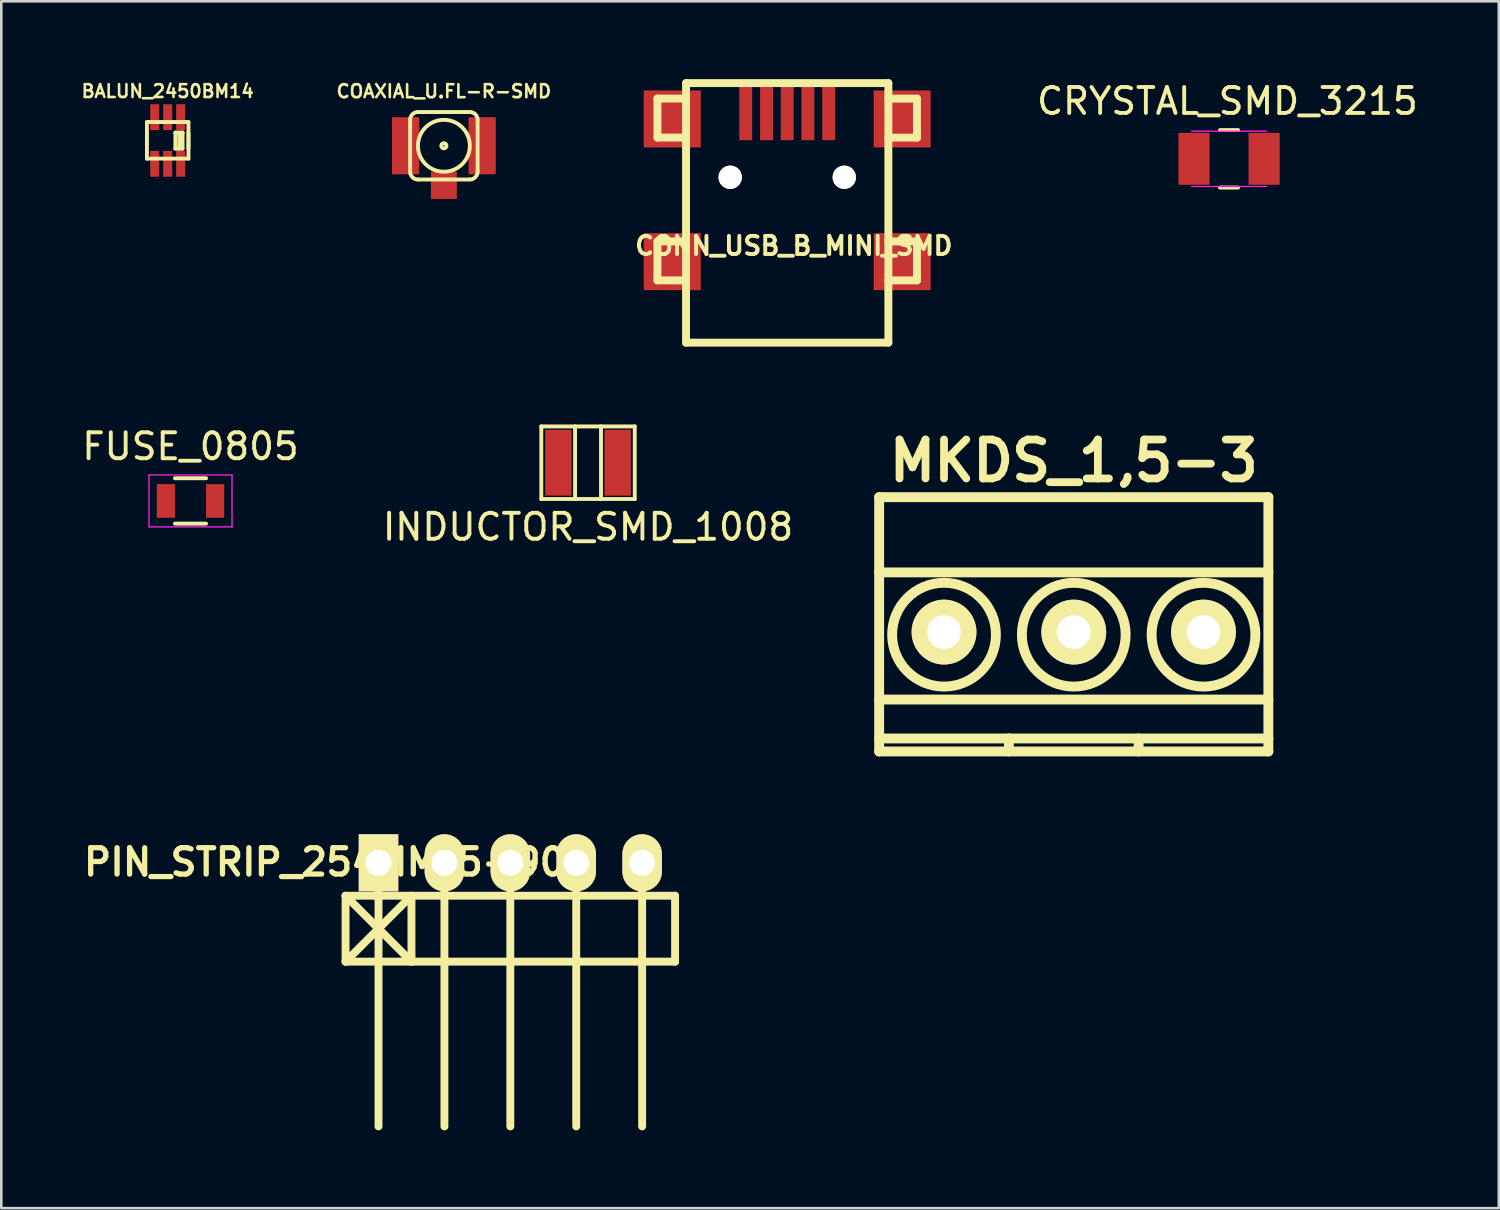
<source format=kicad_pcb>
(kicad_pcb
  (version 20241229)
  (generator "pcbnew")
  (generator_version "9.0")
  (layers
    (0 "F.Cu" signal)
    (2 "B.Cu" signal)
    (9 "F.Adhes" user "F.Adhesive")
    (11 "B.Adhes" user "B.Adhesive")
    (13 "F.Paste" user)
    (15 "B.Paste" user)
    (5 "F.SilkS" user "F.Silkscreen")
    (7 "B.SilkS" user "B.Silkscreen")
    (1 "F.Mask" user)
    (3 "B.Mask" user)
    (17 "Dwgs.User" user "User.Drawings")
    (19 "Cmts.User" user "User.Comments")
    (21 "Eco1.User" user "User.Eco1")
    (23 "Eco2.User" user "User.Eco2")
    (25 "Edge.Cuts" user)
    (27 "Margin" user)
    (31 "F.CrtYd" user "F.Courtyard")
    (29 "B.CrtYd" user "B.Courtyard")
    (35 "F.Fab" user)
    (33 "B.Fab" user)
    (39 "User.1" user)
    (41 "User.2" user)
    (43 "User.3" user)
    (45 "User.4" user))
  (footprint "CRYSTAL_SMD_3215"
    (layer "F.Cu")
    (at 44.319 3.071)
    (property "Reference" "CRYSTAL_SMD_3215" (at -0.064 -2.223 0) (layer "F.SilkS") (effects (font (size 1 1) (thickness 0.15))))
    (attr smd)
    (fp_line (start -0.35 -1.108) (end 0.35 -1.108) (stroke (width 0.15) (type solid)) (layer "F.SilkS"))
    (fp_line (start 0.35 1.108) (end -0.35 1.108) (stroke (width 0.15) (type solid)) (layer "F.SilkS"))
    (fp_line (start -1.45 -1.067) (end 1.45 -1.067) (stroke (width 0.05) (type solid)) (layer "F.CrtYd"))
    (fp_line (start -1.45 1.067) (end 1.45 1.067) (stroke (width 0.05) (type solid)) (layer "F.CrtYd"))
    (pad "1" smd rect (at -1.35 0) (size 1.2 2) (layers "F.Cu" "F.Mask" "F.Paste"))
    (pad "2" smd rect (at 1.35 0) (size 1.2 2) (layers "F.Cu" "F.Mask" "F.Paste")))
  (footprint "CONN_USB_B_MINI_SMD"
    (layer "F.Cu")
    (at 27.289 5.154)
    (property "Reference" "CONN_USB_B_MINI_SMD" (at 0.254 1.27 0) (layer "F.SilkS") (effects (font (size 0.7 0.7) (thickness 0.15))))
    (attr through_hole)
    (fp_line (start -5.001 -4.404) (end -5.001 -2.903) (stroke (width 0.305) (type solid)) (layer "F.SilkS"))
    (fp_line (start -5.001 -2.903) (end -3.899 -2.903) (stroke (width 0.305) (type solid)) (layer "F.SilkS"))
    (fp_line (start -5.001 1.1) (end -5.001 2.601) (stroke (width 0.305) (type solid)) (layer "F.SilkS"))
    (fp_line (start -5.001 2.601) (end -3.899 2.601) (stroke (width 0.305) (type solid)) (layer "F.SilkS"))
    (fp_line (start -3.899 -5.001) (end -3.899 5.001) (stroke (width 0.305) (type solid)) (layer "F.SilkS"))
    (fp_line (start -3.899 -4.404) (end -5.001 -4.404) (stroke (width 0.305) (type solid)) (layer "F.SilkS"))
    (fp_line (start -3.899 1.1) (end -5.001 1.1) (stroke (width 0.305) (type solid)) (layer "F.SilkS"))
    (fp_line (start -3.899 5.001) (end 3.899 5.001) (stroke (width 0.305) (type solid)) (layer "F.SilkS"))
    (fp_line (start 3.899 -5.001) (end -3.899 -5.001) (stroke (width 0.305) (type solid)) (layer "F.SilkS"))
    (fp_line (start 3.899 -4.402) (end 5.001 -4.402) (stroke (width 0.305) (type solid)) (layer "F.SilkS"))
    (fp_line (start 3.899 1.1) (end 5.001 1.1) (stroke (width 0.305) (type solid)) (layer "F.SilkS"))
    (fp_line (start 3.899 5.001) (end 3.899 -5.001) (stroke (width 0.305) (type solid)) (layer "F.SilkS"))
    (fp_line (start 5.001 -4.402) (end 5.001 -2.901) (stroke (width 0.305) (type solid)) (layer "F.SilkS"))
    (fp_line (start 5.001 -2.901) (end 3.899 -2.901) (stroke (width 0.305) (type solid)) (layer "F.SilkS"))
    (fp_line (start 5.001 1.1) (end 5.001 2.601) (stroke (width 0.305) (type solid)) (layer "F.SilkS"))
    (fp_line (start 5.001 2.601) (end 3.899 2.601) (stroke (width 0.305) (type solid)) (layer "F.SilkS"))
    (pad "" smd rect (at -4.43 -3.619) (size 2.197 2.197) (layers "F.Cu" "F.Mask" "F.Paste"))
    (pad "" smd rect (at -4.43 1.88) (size 2.197 2.197) (layers "F.Cu" "F.Mask" "F.Paste"))
    (pad "" np_thru_hole circle (at -2.197 -1.372) (size 0.899 0.899) (drill 0.899) (layers "*.Cu" "*.Mask" "F.SilkS"))
    (pad "" np_thru_hole circle (at 2.2 -1.372) (size 0.899 0.899) (drill 0.899) (layers "*.Cu" "*.Mask" "F.SilkS"))
    (pad "" smd rect (at 4.43 -3.619) (size 2.197 2.197) (layers "F.Cu" "F.Mask" "F.Paste"))
    (pad "" smd rect (at 4.43 1.88) (size 2.197 2.197) (layers "F.Cu" "F.Mask" "F.Paste"))
    (pad "1" smd rect (at -1.598 -3.899) (size 0.498 2.197) (layers "F.Cu" "F.Mask" "F.Paste"))
    (pad "2" smd rect (at -0.798 -3.899) (size 0.498 2.197) (layers "F.Cu" "F.Mask" "F.Paste"))
    (pad "3" smd rect (at 0 -3.899) (size 0.498 2.197) (layers "F.Cu" "F.Mask" "F.Paste"))
    (pad "4" smd rect (at 0.798 -3.899) (size 0.498 2.197) (layers "F.Cu" "F.Mask" "F.Paste"))
    (pad "5" smd rect (at 1.598 -3.899) (size 0.498 2.197) (layers "F.Cu" "F.Mask" "F.Paste")))
  (footprint "COAXIAL_U.FL-R-SMD"
    (layer "F.Cu")
    (at 14.057 2.568)
    (property "Reference" "COAXIAL_U.FL-R-SMD" (at 0 -2.1 0) (layer "F.SilkS") (effects (font (size 0.5 0.5) (thickness 0.1))))
    (attr through_hole)
    (fp_line (start -1.3 1) (end -1.3 -1) (stroke (width 0.15) (type solid)) (layer "F.SilkS"))
    (fp_line (start -1 -1.3) (end 1 -1.3) (stroke (width 0.15) (type solid)) (layer "F.SilkS"))
    (fp_line (start 1 1.3) (end -1 1.3) (stroke (width 0.15) (type solid)) (layer "F.SilkS"))
    (fp_line (start 1.3 -1) (end 1.3 1) (stroke (width 0.15) (type solid)) (layer "F.SilkS"))
    (fp_arc (start -1.3 -1) (mid -1.212132 -1.212132) (end -1 -1.3) (stroke (width 0.15) (type solid)) (layer "F.SilkS"))
    (fp_arc (start -1 1.3) (mid -1.212132 1.212132) (end -1.3 1) (stroke (width 0.15) (type solid)) (layer "F.SilkS"))
    (fp_arc (start 1 -1.3) (mid 1.212132 -1.212132) (end 1.3 -1) (stroke (width 0.15) (type solid)) (layer "F.SilkS"))
    (fp_arc (start 1.3 1) (mid 1.212132 1.212132) (end 1 1.3) (stroke (width 0.15) (type solid)) (layer "F.SilkS"))
    (fp_circle (center 0 0) (end -1 0) (stroke (width 0.15) (type solid)) (fill no) (layer "F.SilkS"))
    (fp_circle (center 0 0) (end -0.1 0) (stroke (width 0.15) (type solid)) (fill no) (layer "F.SilkS"))
    (pad "1" smd rect (at 0 1.525) (size 1 1.05) (layers "F.Cu" "F.Mask" "F.Paste"))
    (pad "2" smd rect (at -1.475 0) (size 1.05 2.2) (layers "F.Cu" "F.Mask" "F.Paste"))
    (pad "2" smd rect (at 1.475 0) (size 1.05 2.2) (layers "F.Cu" "F.Mask" "F.Paste")))
  (footprint "FUSE_0805"
    (layer "F.Cu")
    (at 4.292 16.256)
    (property "Reference" "FUSE_0805" (at 0 -2.1 0) (layer "F.SilkS") (effects (font (size 1 1) (thickness 0.15))))
    (attr through_hole)
    (fp_line (start -0.6 -0.875) (end 0.6 -0.875) (stroke (width 0.15) (type solid)) (layer "F.SilkS"))
    (fp_line (start 0.6 0.875) (end -0.6 0.875) (stroke (width 0.15) (type solid)) (layer "F.SilkS"))
    (fp_line (start -1.6 -1) (end -1.6 1) (stroke (width 0.05) (type solid)) (layer "F.CrtYd"))
    (fp_line (start -1.6 -1) (end 1.6 -1) (stroke (width 0.05) (type solid)) (layer "F.CrtYd"))
    (fp_line (start -1.6 1) (end 1.6 1) (stroke (width 0.05) (type solid)) (layer "F.CrtYd"))
    (fp_line (start 1.6 -1) (end 1.6 1) (stroke (width 0.05) (type solid)) (layer "F.CrtYd"))
    (pad "1" smd rect (at -0.95 0) (size 0.7 1.3) (layers "F.Cu" "F.Mask" "F.Paste"))
    (pad "2" smd rect (at 0.95 0) (size 0.7 1.3) (layers "F.Cu" "F.Mask" "F.Paste")))
  (footprint "BALUN_2450BM14"
    (layer "F.Cu")
    (at 3.413 2.364)
    (property "Reference" "BALUN_2450BM14" (at 0 -1.9 0) (layer "F.SilkS") (effects (font (size 0.495 0.495) (thickness 0.099))))
    (attr smd)
    (fp_line (start -0.8 -0.711) (end 0.8 -0.711) (stroke (width 0.15) (type solid)) (layer "F.SilkS"))
    (fp_line (start -0.8 0.699) (end 0.8 0.699) (stroke (width 0.15) (type solid)) (layer "F.SilkS"))
    (fp_line (start -0.8 -0.701) (end -0.8 0.701) (stroke (width 0.15) (type solid)) (layer "F.SilkS"))
    (fp_line (start 0.292 -0.305) (end 0.572 -0.305) (stroke (width 0.15) (type solid)) (layer "F.SilkS"))
    (fp_line (start 0.292 0.318) (end 0.572 0.318) (stroke (width 0.15) (type solid)) (layer "F.SilkS"))
    (fp_line (start 0.297 -0.3) (end 0.297 0.3) (stroke (width 0.15) (type solid)) (layer "F.SilkS"))
    (fp_line (start 0.447 0.3) (end 0.447 -0.3) (stroke (width 0.15) (type solid)) (layer "F.SilkS"))
    (fp_line (start 0.572 -0.305) (end 0.457 -0.254) (stroke (width 0.15) (type solid)) (layer "F.SilkS"))
    (fp_line (start 0.574 0.3) (end 0.574 -0.3) (stroke (width 0.15) (type solid)) (layer "F.SilkS"))
    (fp_line (start 0.8 0.701) (end 0.8 -0.701) (stroke (width 0.15) (type solid)) (layer "F.SilkS"))
    (fp_line (start 0.8 -0.3) (end 0.8 0.3) (stroke (width 0.15) (type solid)) (layer "F.SilkS"))
    (pad "1" smd rect (at 0.5 -0.899) (size 0.348 0.996) (layers "F.Cu" "F.Mask" "F.Paste"))
    (pad "2" smd rect (at 0 -0.899) (size 0.348 0.996) (layers "F.Cu" "F.Mask" "F.Paste"))
    (pad "3" smd rect (at -0.5 -0.899) (size 0.348 0.996) (layers "F.Cu" "F.Mask" "F.Paste"))
    (pad "4" smd rect (at -0.5 0.899) (size 0.348 0.996) (layers "F.Cu" "F.Mask" "F.Paste"))
    (pad "5" smd rect (at 0 0.899) (size 0.348 0.996) (layers "F.Cu" "F.Mask" "F.Paste"))
    (pad "6" smd rect (at 0.5 0.899) (size 0.348 0.996) (layers "F.Cu" "F.Mask" "F.Paste")))
  (footprint "MKDS_1,5-3"
    (layer "F.Cu")
    (at 38.333 21.311)
    (property "Reference" "MKDS_1,5-3" (at 0 -6.6 0) (layer "F.SilkS") (effects (font (size 1.5 1.5) (thickness 0.3))))
    (attr through_hole)
    (fp_line (start -7.5 -5.2) (end -7.5 4.6) (stroke (width 0.381) (type solid)) (layer "F.SilkS"))
    (fp_line (start -7.5 -2.3) (end 7.5 -2.3) (stroke (width 0.381) (type solid)) (layer "F.SilkS"))
    (fp_line (start -7.5 2.6) (end 7.5 2.6) (stroke (width 0.381) (type solid)) (layer "F.SilkS"))
    (fp_line (start -7.5 4.1) (end 7.5 4.1) (stroke (width 0.381) (type solid)) (layer "F.SilkS"))
    (fp_line (start -7.5 4.6) (end 7.5 4.6) (stroke (width 0.381) (type solid)) (layer "F.SilkS"))
    (fp_line (start -2.5 4.1) (end -2.5 4.6) (stroke (width 0.381) (type solid)) (layer "F.SilkS"))
    (fp_line (start 2.5 4.1) (end 2.5 4.6) (stroke (width 0.381) (type solid)) (layer "F.SilkS"))
    (fp_line (start 7.5 -5.2) (end -7.5 -5.2) (stroke (width 0.381) (type solid)) (layer "F.SilkS"))
    (fp_line (start 7.5 4.6) (end 7.5 -5.2) (stroke (width 0.381) (type solid)) (layer "F.SilkS"))
    (fp_circle (center -5 0.1) (end -3 0.1) (stroke (width 0.381) (type solid)) (fill no) (layer "F.SilkS"))
    (fp_circle (center 0 0.1) (end -2 0.1) (stroke (width 0.381) (type solid)) (fill no) (layer "F.SilkS"))
    (fp_circle (center 5 0.1) (end 3 0.1) (stroke (width 0.381) (type solid)) (fill no) (layer "F.SilkS"))
    (pad "1" thru_hole circle (at -5 0) (size 2.5 2.5) (drill 1.3) (layers "*.Cu" "*.Mask" "F.SilkS"))
    (pad "2" thru_hole circle (at 0 0) (size 2.5 2.5) (drill 1.3) (layers "*.Cu" "*.Mask" "F.SilkS"))
    (pad "3" thru_hole circle (at 5 0) (size 2.5 2.5) (drill 1.3) (layers "*.Cu" "*.Mask" "F.SilkS")))
  (footprint "INDUCTOR_SMD_1008"
    (layer "F.Cu")
    (at 19.613 14.782)
    (property "Reference" "INDUCTOR_SMD_1008" (at 0 2.477 0) (layer "F.SilkS") (effects (font (size 1 1) (thickness 0.15))))
    (attr through_hole)
    (fp_line (start -1.801 -1.397) (end 1.801 -1.397) (stroke (width 0.15) (type solid)) (layer "F.SilkS"))
    (fp_line (start -1.801 1.4) (end -1.801 -1.4) (stroke (width 0.15) (type solid)) (layer "F.SilkS"))
    (fp_line (start -0.5 -1.4) (end -0.5 1.4) (stroke (width 0.15) (type solid)) (layer "F.SilkS"))
    (fp_line (start 0.5 1.4) (end 0.5 -1.4) (stroke (width 0.15) (type solid)) (layer "F.SilkS"))
    (fp_line (start 1.801 -1.4) (end 1.801 1.4) (stroke (width 0.15) (type solid)) (layer "F.SilkS"))
    (fp_line (start 1.801 1.4) (end -1.801 1.4) (stroke (width 0.15) (type solid)) (layer "F.SilkS"))
    (pad "1" smd rect (at -1.143 0) (size 1.016 2.54) (layers "F.Cu" "F.Mask" "F.Paste"))
    (pad "2" smd rect (at 1.143 0) (size 1.016 2.54) (layers "F.Cu" "F.Mask" "F.Paste")))
  (footprint "PIN_STRIP_254MM_5-90"
    (layer "F.Cu")
    (at 16.618 30.202)
    (property "Reference" "PIN_STRIP_254MM_5-90" (at -7.15 -0.025 0) (layer "F.SilkS") (effects (font (size 1.016 1.016) (thickness 0.203))))
    (attr through_hole)
    (fp_line (start -6.35 1.27) (end -3.81 3.81) (stroke (width 0.305) (type solid)) (layer "F.SilkS"))
    (fp_line (start -6.35 1.27) (end 6.35 1.27) (stroke (width 0.305) (type solid)) (layer "F.SilkS"))
    (fp_line (start -6.35 3.81) (end -6.35 1.27) (stroke (width 0.305) (type solid)) (layer "F.SilkS"))
    (fp_line (start -5.08 0) (end -5.08 10.16) (stroke (width 0.305) (type solid)) (layer "F.SilkS"))
    (fp_line (start -3.81 1.27) (end -6.35 3.81) (stroke (width 0.305) (type solid)) (layer "F.SilkS"))
    (fp_line (start -3.81 1.27) (end -3.81 3.81) (stroke (width 0.305) (type solid)) (layer "F.SilkS"))
    (fp_line (start -2.54 0) (end -2.54 10.16) (stroke (width 0.305) (type solid)) (layer "F.SilkS"))
    (fp_line (start 0 10.16) (end 0 0) (stroke (width 0.305) (type solid)) (layer "F.SilkS"))
    (fp_line (start 2.54 0) (end 2.54 10.16) (stroke (width 0.305) (type solid)) (layer "F.SilkS"))
    (fp_line (start 5.08 0) (end 5.08 10.16) (stroke (width 0.305) (type solid)) (layer "F.SilkS"))
    (fp_line (start 6.35 1.27) (end 6.35 3.81) (stroke (width 0.305) (type solid)) (layer "F.SilkS"))
    (fp_line (start 6.35 3.81) (end -6.35 3.81) (stroke (width 0.305) (type solid)) (layer "F.SilkS"))
    (pad "1" thru_hole rect (at -5.08 0) (size 1.524 2.2) (drill 1.001) (layers "*.Cu" "*.Mask" "F.SilkS"))
    (pad "2" thru_hole oval (at -2.54 0) (size 1.524 2.2) (drill 1.001) (layers "*.Cu" "*.Mask" "F.SilkS"))
    (pad "3" thru_hole oval (at 0 0) (size 1.524 2.2) (drill 1.001) (layers "*.Cu" "*.Mask" "F.SilkS"))
    (pad "4" thru_hole oval (at 2.54 0) (size 1.524 2.2) (drill 1.001) (layers "*.Cu" "*.Mask" "F.SilkS"))
    (pad "5" thru_hole oval (at 5.08 0) (size 1.524 2.2) (drill 1.001) (layers "*.Cu" "*.Mask" "F.SilkS")))
  (gr_rect
    (start -3 -3)
    (end 54.714 43.514)
    (stroke (width 0.1) (type default))
    (fill no)
    (layer "Edge.Cuts")))
</source>
